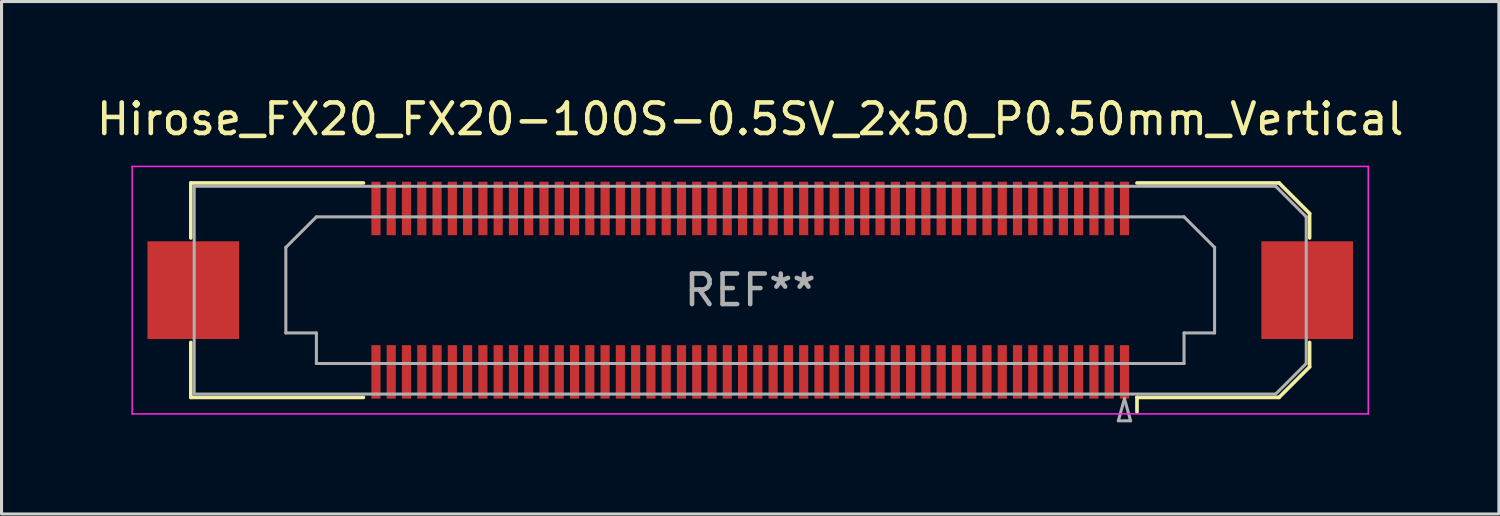
<source format=kicad_pcb>
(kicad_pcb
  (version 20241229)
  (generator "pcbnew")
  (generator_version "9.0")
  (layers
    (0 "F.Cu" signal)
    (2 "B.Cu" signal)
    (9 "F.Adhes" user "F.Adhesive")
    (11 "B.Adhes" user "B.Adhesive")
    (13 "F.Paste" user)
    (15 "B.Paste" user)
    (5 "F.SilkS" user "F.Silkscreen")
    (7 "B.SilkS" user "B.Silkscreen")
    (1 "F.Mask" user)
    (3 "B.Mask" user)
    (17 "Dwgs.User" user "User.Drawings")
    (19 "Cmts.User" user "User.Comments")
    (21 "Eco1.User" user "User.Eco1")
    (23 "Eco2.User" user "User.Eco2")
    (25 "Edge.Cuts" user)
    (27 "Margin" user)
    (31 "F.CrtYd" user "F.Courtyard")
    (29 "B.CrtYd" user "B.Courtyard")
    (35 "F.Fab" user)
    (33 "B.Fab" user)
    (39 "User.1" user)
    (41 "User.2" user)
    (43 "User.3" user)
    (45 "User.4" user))
  (footprint "Hirose_FX20_FX20-100S-0.5SV_2x50_P0.50mm_Vertical"
    (layer "F.Cu")
    (at 21.506 6.448)
    (property "Reference" "Hirose_FX20_FX20-100S-0.5SV_2x50_P0.50mm_Vertical" (at 0 -5.6 0) (layer "F.SilkS") (effects (font (size 1 1) (thickness 0.15))))
    (attr smd)
    (fp_line (start -18.31 -3.51) (end -12.66 -3.51) (stroke (width 0.12) (type solid)) (layer "F.SilkS"))
    (fp_line (start -18.31 -1.71) (end -18.31 -3.51) (stroke (width 0.12) (type solid)) (layer "F.SilkS"))
    (fp_line (start -18.31 3.51) (end -18.31 1.71) (stroke (width 0.12) (type solid)) (layer "F.SilkS"))
    (fp_line (start -12.66 3.51) (end -18.31 3.51) (stroke (width 0.12) (type solid)) (layer "F.SilkS"))
    (fp_line (start 12.66 3.51) (end 17.31 3.51) (stroke (width 0.12) (type solid)) (layer "F.SilkS"))
    (fp_line (start 12.66 3.983) (end 12.66 3.51) (stroke (width 0.12) (type solid)) (layer "F.SilkS"))
    (fp_line (start 17.31 -3.51) (end 12.66 -3.51) (stroke (width 0.12) (type solid)) (layer "F.SilkS"))
    (fp_line (start 17.31 3.51) (end 18.31 2.51) (stroke (width 0.12) (type solid)) (layer "F.SilkS"))
    (fp_line (start 18.31 -2.51) (end 17.31 -3.51) (stroke (width 0.12) (type solid)) (layer "F.SilkS"))
    (fp_line (start 18.31 -1.71) (end 18.31 -2.51) (stroke (width 0.12) (type solid)) (layer "F.SilkS"))
    (fp_line (start 18.31 2.51) (end 18.31 1.71) (stroke (width 0.12) (type solid)) (layer "F.SilkS"))
    (fp_line (start -20.23 -4.05) (end -20.23 4.05) (stroke (width 0.05) (type solid)) (layer "F.CrtYd"))
    (fp_line (start -20.23 4.05) (end 20.23 4.05) (stroke (width 0.05) (type solid)) (layer "F.CrtYd"))
    (fp_line (start 20.23 -4.05) (end -20.23 -4.05) (stroke (width 0.05) (type solid)) (layer "F.CrtYd"))
    (fp_line (start 20.23 4.05) (end 20.23 -4.05) (stroke (width 0.05) (type solid)) (layer "F.CrtYd"))
    (fp_line (start -18.2 -3.4) (end 17.2 -3.4) (stroke (width 0.1) (type solid)) (layer "F.Fab"))
    (fp_line (start -18.2 3.4) (end -18.2 -3.4) (stroke (width 0.1) (type solid)) (layer "F.Fab"))
    (fp_line (start -15.2 -1.4) (end -14.2 -2.4) (stroke (width 0.1) (type solid)) (layer "F.Fab"))
    (fp_line (start -15.2 1.4) (end -15.2 -1.4) (stroke (width 0.1) (type solid)) (layer "F.Fab"))
    (fp_line (start -14.2 -2.4) (end 14.2 -2.4) (stroke (width 0.1) (type solid)) (layer "F.Fab"))
    (fp_line (start -14.2 1.4) (end -15.2 1.4) (stroke (width 0.1) (type solid)) (layer "F.Fab"))
    (fp_line (start -14.2 2.4) (end -14.2 1.4) (stroke (width 0.1) (type solid)) (layer "F.Fab"))
    (fp_line (start 12.05 4.275) (end 12.45 4.275) (stroke (width 0.1) (type solid)) (layer "F.Fab"))
    (fp_line (start 12.25 3.55) (end 12.05 4.275) (stroke (width 0.1) (type solid)) (layer "F.Fab"))
    (fp_line (start 12.45 4.275) (end 12.25 3.55) (stroke (width 0.1) (type solid)) (layer "F.Fab"))
    (fp_line (start 14.2 -2.4) (end 15.2 -1.4) (stroke (width 0.1) (type solid)) (layer "F.Fab"))
    (fp_line (start 14.2 1.4) (end 14.2 2.4) (stroke (width 0.1) (type solid)) (layer "F.Fab"))
    (fp_line (start 14.2 2.4) (end -14.2 2.4) (stroke (width 0.1) (type solid)) (layer "F.Fab"))
    (fp_line (start 15.2 -1.4) (end 15.2 1.4) (stroke (width 0.1) (type solid)) (layer "F.Fab"))
    (fp_line (start 15.2 1.4) (end 14.2 1.4) (stroke (width 0.1) (type solid)) (layer "F.Fab"))
    (fp_line (start 17.2 -3.4) (end 18.2 -2.4) (stroke (width 0.1) (type solid)) (layer "F.Fab"))
    (fp_line (start 17.2 3.4) (end -18.2 3.4) (stroke (width 0.1) (type solid)) (layer "F.Fab"))
    (fp_line (start 18.2 -2.4) (end 18.2 2.4) (stroke (width 0.1) (type solid)) (layer "F.Fab"))
    (fp_line (start 18.2 2.4) (end 17.2 3.4) (stroke (width 0.1) (type solid)) (layer "F.Fab"))
    (fp_text user "REF**" (at 0 0 0) (layer "F.Fab") (effects (font (size 1 1) (thickness 0.15))))
    (pad "" smd rect (at -18.23 0) (size 2.98 3.18) (layers "F.Paste"))
    (pad "" smd rect (at -18.23 0) (size 3 3.2) (layers "F.Cu" "F.Mask"))
    (pad "" smd rect (at -12.25 -2.875) (size 0.28 1.35) (layers "F.Paste"))
    (pad "" smd rect (at -12.25 2.875) (size 0.28 1.35) (layers "F.Paste"))
    (pad "" smd rect (at -11.75 -2.875) (size 0.28 1.35) (layers "F.Paste"))
    (pad "" smd rect (at -11.75 2.875) (size 0.28 1.35) (layers "F.Paste"))
    (pad "" smd rect (at -11.25 -2.875) (size 0.28 1.35) (layers "F.Paste"))
    (pad "" smd rect (at -11.25 2.875) (size 0.28 1.35) (layers "F.Paste"))
    (pad "" smd rect (at -10.75 -2.875) (size 0.28 1.35) (layers "F.Paste"))
    (pad "" smd rect (at -10.75 2.875) (size 0.28 1.35) (layers "F.Paste"))
    (pad "" smd rect (at -10.25 -2.875) (size 0.28 1.35) (layers "F.Paste"))
    (pad "" smd rect (at -10.25 2.875) (size 0.28 1.35) (layers "F.Paste"))
    (pad "" smd rect (at -9.75 -2.875) (size 0.28 1.35) (layers "F.Paste"))
    (pad "" smd rect (at -9.75 2.875) (size 0.28 1.35) (layers "F.Paste"))
    (pad "" smd rect (at -9.25 -2.875) (size 0.28 1.35) (layers "F.Paste"))
    (pad "" smd rect (at -9.25 2.875) (size 0.28 1.35) (layers "F.Paste"))
    (pad "" smd rect (at -8.75 -2.875) (size 0.28 1.35) (layers "F.Paste"))
    (pad "" smd rect (at -8.75 2.875) (size 0.28 1.35) (layers "F.Paste"))
    (pad "" smd rect (at -8.25 -2.875) (size 0.28 1.35) (layers "F.Paste"))
    (pad "" smd rect (at -8.25 2.875) (size 0.28 1.35) (layers "F.Paste"))
    (pad "" smd rect (at -7.75 -2.875) (size 0.28 1.35) (layers "F.Paste"))
    (pad "" smd rect (at -7.75 2.875) (size 0.28 1.35) (layers "F.Paste"))
    (pad "" smd rect (at -7.25 -2.875) (size 0.28 1.35) (layers "F.Paste"))
    (pad "" smd rect (at -7.25 2.875) (size 0.28 1.35) (layers "F.Paste"))
    (pad "" smd rect (at -6.75 -2.875) (size 0.28 1.35) (layers "F.Paste"))
    (pad "" smd rect (at -6.75 2.875) (size 0.28 1.35) (layers "F.Paste"))
    (pad "" smd rect (at -6.25 -2.875) (size 0.28 1.35) (layers "F.Paste"))
    (pad "" smd rect (at -6.25 2.875) (size 0.28 1.35) (layers "F.Paste"))
    (pad "" smd rect (at -5.75 -2.875) (size 0.28 1.35) (layers "F.Paste"))
    (pad "" smd rect (at -5.75 2.875) (size 0.28 1.35) (layers "F.Paste"))
    (pad "" smd rect (at -5.25 -2.875) (size 0.28 1.35) (layers "F.Paste"))
    (pad "" smd rect (at -5.25 2.875) (size 0.28 1.35) (layers "F.Paste"))
    (pad "" smd rect (at -4.75 -2.875) (size 0.28 1.35) (layers "F.Paste"))
    (pad "" smd rect (at -4.75 2.875) (size 0.28 1.35) (layers "F.Paste"))
    (pad "" smd rect (at -4.25 -2.875) (size 0.28 1.35) (layers "F.Paste"))
    (pad "" smd rect (at -4.25 2.875) (size 0.28 1.35) (layers "F.Paste"))
    (pad "" smd rect (at -3.75 -2.875) (size 0.28 1.35) (layers "F.Paste"))
    (pad "" smd rect (at -3.75 2.875) (size 0.28 1.35) (layers "F.Paste"))
    (pad "" smd rect (at -3.25 -2.875) (size 0.28 1.35) (layers "F.Paste"))
    (pad "" smd rect (at -3.25 2.875) (size 0.28 1.35) (layers "F.Paste"))
    (pad "" smd rect (at -2.75 -2.875) (size 0.28 1.35) (layers "F.Paste"))
    (pad "" smd rect (at -2.75 2.875) (size 0.28 1.35) (layers "F.Paste"))
    (pad "" smd rect (at -2.25 -2.875) (size 0.28 1.35) (layers "F.Paste"))
    (pad "" smd rect (at -2.25 2.875) (size 0.28 1.35) (layers "F.Paste"))
    (pad "" smd rect (at -1.75 -2.875) (size 0.28 1.35) (layers "F.Paste"))
    (pad "" smd rect (at -1.75 2.875) (size 0.28 1.35) (layers "F.Paste"))
    (pad "" smd rect (at -1.25 -2.875) (size 0.28 1.35) (layers "F.Paste"))
    (pad "" smd rect (at -1.25 2.875) (size 0.28 1.35) (layers "F.Paste"))
    (pad "" smd rect (at -0.75 -2.875) (size 0.28 1.35) (layers "F.Paste"))
    (pad "" smd rect (at -0.75 2.875) (size 0.28 1.35) (layers "F.Paste"))
    (pad "" smd rect (at -0.25 -2.875) (size 0.28 1.35) (layers "F.Paste"))
    (pad "" smd rect (at -0.25 2.875) (size 0.28 1.35) (layers "F.Paste"))
    (pad "" smd rect (at 0.25 -2.875) (size 0.28 1.35) (layers "F.Paste"))
    (pad "" smd rect (at 0.25 2.875) (size 0.28 1.35) (layers "F.Paste"))
    (pad "" smd rect (at 0.75 -2.875) (size 0.28 1.35) (layers "F.Paste"))
    (pad "" smd rect (at 0.75 2.875) (size 0.28 1.35) (layers "F.Paste"))
    (pad "" smd rect (at 1.25 -2.875) (size 0.28 1.35) (layers "F.Paste"))
    (pad "" smd rect (at 1.25 2.875) (size 0.28 1.35) (layers "F.Paste"))
    (pad "" smd rect (at 1.75 -2.875) (size 0.28 1.35) (layers "F.Paste"))
    (pad "" smd rect (at 1.75 2.875) (size 0.28 1.35) (layers "F.Paste"))
    (pad "" smd rect (at 2.25 -2.875) (size 0.28 1.35) (layers "F.Paste"))
    (pad "" smd rect (at 2.25 2.875) (size 0.28 1.35) (layers "F.Paste"))
    (pad "" smd rect (at 2.75 -2.875) (size 0.28 1.35) (layers "F.Paste"))
    (pad "" smd rect (at 2.75 2.875) (size 0.28 1.35) (layers "F.Paste"))
    (pad "" smd rect (at 3.25 -2.875) (size 0.28 1.35) (layers "F.Paste"))
    (pad "" smd rect (at 3.25 2.875) (size 0.28 1.35) (layers "F.Paste"))
    (pad "" smd rect (at 3.75 -2.875) (size 0.28 1.35) (layers "F.Paste"))
    (pad "" smd rect (at 3.75 2.875) (size 0.28 1.35) (layers "F.Paste"))
    (pad "" smd rect (at 4.25 -2.875) (size 0.28 1.35) (layers "F.Paste"))
    (pad "" smd rect (at 4.25 2.875) (size 0.28 1.35) (layers "F.Paste"))
    (pad "" smd rect (at 4.75 -2.875) (size 0.28 1.35) (layers "F.Paste"))
    (pad "" smd rect (at 4.75 2.875) (size 0.28 1.35) (layers "F.Paste"))
    (pad "" smd rect (at 5.25 -2.875) (size 0.28 1.35) (layers "F.Paste"))
    (pad "" smd rect (at 5.25 2.875) (size 0.28 1.35) (layers "F.Paste"))
    (pad "" smd rect (at 5.75 -2.875) (size 0.28 1.35) (layers "F.Paste"))
    (pad "" smd rect (at 5.75 2.875) (size 0.28 1.35) (layers "F.Paste"))
    (pad "" smd rect (at 6.25 -2.875) (size 0.28 1.35) (layers "F.Paste"))
    (pad "" smd rect (at 6.25 2.875) (size 0.28 1.35) (layers "F.Paste"))
    (pad "" smd rect (at 6.75 -2.875) (size 0.28 1.35) (layers "F.Paste"))
    (pad "" smd rect (at 6.75 2.875) (size 0.28 1.35) (layers "F.Paste"))
    (pad "" smd rect (at 7.25 -2.875) (size 0.28 1.35) (layers "F.Paste"))
    (pad "" smd rect (at 7.25 2.875) (size 0.28 1.35) (layers "F.Paste"))
    (pad "" smd rect (at 7.75 -2.875) (size 0.28 1.35) (layers "F.Paste"))
    (pad "" smd rect (at 7.75 2.875) (size 0.28 1.35) (layers "F.Paste"))
    (pad "" smd rect (at 8.25 -2.875) (size 0.28 1.35) (layers "F.Paste"))
    (pad "" smd rect (at 8.25 2.875) (size 0.28 1.35) (layers "F.Paste"))
    (pad "" smd rect (at 8.75 -2.875) (size 0.28 1.35) (layers "F.Paste"))
    (pad "" smd rect (at 8.75 2.875) (size 0.28 1.35) (layers "F.Paste"))
    (pad "" smd rect (at 9.25 -2.875) (size 0.28 1.35) (layers "F.Paste"))
    (pad "" smd rect (at 9.25 2.875) (size 0.28 1.35) (layers "F.Paste"))
    (pad "" smd rect (at 9.75 -2.875) (size 0.28 1.35) (layers "F.Paste"))
    (pad "" smd rect (at 9.75 2.875) (size 0.28 1.35) (layers "F.Paste"))
    (pad "" smd rect (at 10.25 -2.875) (size 0.28 1.35) (layers "F.Paste"))
    (pad "" smd rect (at 10.25 2.875) (size 0.28 1.35) (layers "F.Paste"))
    (pad "" smd rect (at 10.75 -2.875) (size 0.28 1.35) (layers "F.Paste"))
    (pad "" smd rect (at 10.75 2.875) (size 0.28 1.35) (layers "F.Paste"))
    (pad "" smd rect (at 11.25 -2.875) (size 0.28 1.35) (layers "F.Paste"))
    (pad "" smd rect (at 11.25 2.875) (size 0.28 1.35) (layers "F.Paste"))
    (pad "" smd rect (at 11.75 -2.875) (size 0.28 1.35) (layers "F.Paste"))
    (pad "" smd rect (at 11.75 2.875) (size 0.28 1.35) (layers "F.Paste"))
    (pad "" smd rect (at 12.25 -2.875) (size 0.28 1.35) (layers "F.Paste"))
    (pad "" smd rect (at 12.25 2.875) (size 0.28 1.35) (layers "F.Paste"))
    (pad "" smd rect (at 18.23 0) (size 2.98 3.18) (layers "F.Paste"))
    (pad "" smd rect (at 18.23 0) (size 3 3.2) (layers "F.Cu" "F.Mask"))
    (pad "1" smd rect (at 12.25 2.675) (size 0.3 1.75) (layers "F.Cu" "F.Mask"))
    (pad "2" smd rect (at 12.25 -2.675) (size 0.3 1.75) (layers "F.Cu" "F.Mask"))
    (pad "3" smd rect (at 11.75 2.675) (size 0.3 1.75) (layers "F.Cu" "F.Mask"))
    (pad "4" smd rect (at 11.75 -2.675) (size 0.3 1.75) (layers "F.Cu" "F.Mask"))
    (pad "5" smd rect (at 11.25 2.675) (size 0.3 1.75) (layers "F.Cu" "F.Mask"))
    (pad "6" smd rect (at 11.25 -2.675) (size 0.3 1.75) (layers "F.Cu" "F.Mask"))
    (pad "7" smd rect (at 10.75 2.675) (size 0.3 1.75) (layers "F.Cu" "F.Mask"))
    (pad "8" smd rect (at 10.75 -2.675) (size 0.3 1.75) (layers "F.Cu" "F.Mask"))
    (pad "9" smd rect (at 10.25 2.675) (size 0.3 1.75) (layers "F.Cu" "F.Mask"))
    (pad "10" smd rect (at 10.25 -2.675) (size 0.3 1.75) (layers "F.Cu" "F.Mask"))
    (pad "11" smd rect (at 9.75 2.675) (size 0.3 1.75) (layers "F.Cu" "F.Mask"))
    (pad "12" smd rect (at 9.75 -2.675) (size 0.3 1.75) (layers "F.Cu" "F.Mask"))
    (pad "13" smd rect (at 9.25 2.675) (size 0.3 1.75) (layers "F.Cu" "F.Mask"))
    (pad "14" smd rect (at 9.25 -2.675) (size 0.3 1.75) (layers "F.Cu" "F.Mask"))
    (pad "15" smd rect (at 8.75 2.675) (size 0.3 1.75) (layers "F.Cu" "F.Mask"))
    (pad "16" smd rect (at 8.75 -2.675) (size 0.3 1.75) (layers "F.Cu" "F.Mask"))
    (pad "17" smd rect (at 8.25 2.675) (size 0.3 1.75) (layers "F.Cu" "F.Mask"))
    (pad "18" smd rect (at 8.25 -2.675) (size 0.3 1.75) (layers "F.Cu" "F.Mask"))
    (pad "19" smd rect (at 7.75 2.675) (size 0.3 1.75) (layers "F.Cu" "F.Mask"))
    (pad "20" smd rect (at 7.75 -2.675) (size 0.3 1.75) (layers "F.Cu" "F.Mask"))
    (pad "21" smd rect (at 7.25 2.675) (size 0.3 1.75) (layers "F.Cu" "F.Mask"))
    (pad "22" smd rect (at 7.25 -2.675) (size 0.3 1.75) (layers "F.Cu" "F.Mask"))
    (pad "23" smd rect (at 6.75 2.675) (size 0.3 1.75) (layers "F.Cu" "F.Mask"))
    (pad "24" smd rect (at 6.75 -2.675) (size 0.3 1.75) (layers "F.Cu" "F.Mask"))
    (pad "25" smd rect (at 6.25 2.675) (size 0.3 1.75) (layers "F.Cu" "F.Mask"))
    (pad "26" smd rect (at 6.25 -2.675) (size 0.3 1.75) (layers "F.Cu" "F.Mask"))
    (pad "27" smd rect (at 5.75 2.675) (size 0.3 1.75) (layers "F.Cu" "F.Mask"))
    (pad "28" smd rect (at 5.75 -2.675) (size 0.3 1.75) (layers "F.Cu" "F.Mask"))
    (pad "29" smd rect (at 5.25 2.675) (size 0.3 1.75) (layers "F.Cu" "F.Mask"))
    (pad "30" smd rect (at 5.25 -2.675) (size 0.3 1.75) (layers "F.Cu" "F.Mask"))
    (pad "31" smd rect (at 4.75 2.675) (size 0.3 1.75) (layers "F.Cu" "F.Mask"))
    (pad "32" smd rect (at 4.75 -2.675) (size 0.3 1.75) (layers "F.Cu" "F.Mask"))
    (pad "33" smd rect (at 4.25 2.675) (size 0.3 1.75) (layers "F.Cu" "F.Mask"))
    (pad "34" smd rect (at 4.25 -2.675) (size 0.3 1.75) (layers "F.Cu" "F.Mask"))
    (pad "35" smd rect (at 3.75 2.675) (size 0.3 1.75) (layers "F.Cu" "F.Mask"))
    (pad "36" smd rect (at 3.75 -2.675) (size 0.3 1.75) (layers "F.Cu" "F.Mask"))
    (pad "37" smd rect (at 3.25 2.675) (size 0.3 1.75) (layers "F.Cu" "F.Mask"))
    (pad "38" smd rect (at 3.25 -2.675) (size 0.3 1.75) (layers "F.Cu" "F.Mask"))
    (pad "39" smd rect (at 2.75 2.675) (size 0.3 1.75) (layers "F.Cu" "F.Mask"))
    (pad "40" smd rect (at 2.75 -2.675) (size 0.3 1.75) (layers "F.Cu" "F.Mask"))
    (pad "41" smd rect (at 2.25 2.675) (size 0.3 1.75) (layers "F.Cu" "F.Mask"))
    (pad "42" smd rect (at 2.25 -2.675) (size 0.3 1.75) (layers "F.Cu" "F.Mask"))
    (pad "43" smd rect (at 1.75 2.675) (size 0.3 1.75) (layers "F.Cu" "F.Mask"))
    (pad "44" smd rect (at 1.75 -2.675) (size 0.3 1.75) (layers "F.Cu" "F.Mask"))
    (pad "45" smd rect (at 1.25 2.675) (size 0.3 1.75) (layers "F.Cu" "F.Mask"))
    (pad "46" smd rect (at 1.25 -2.675) (size 0.3 1.75) (layers "F.Cu" "F.Mask"))
    (pad "47" smd rect (at 0.75 2.675) (size 0.3 1.75) (layers "F.Cu" "F.Mask"))
    (pad "48" smd rect (at 0.75 -2.675) (size 0.3 1.75) (layers "F.Cu" "F.Mask"))
    (pad "49" smd rect (at 0.25 2.675) (size 0.3 1.75) (layers "F.Cu" "F.Mask"))
    (pad "50" smd rect (at 0.25 -2.675) (size 0.3 1.75) (layers "F.Cu" "F.Mask"))
    (pad "51" smd rect (at -0.25 2.675) (size 0.3 1.75) (layers "F.Cu" "F.Mask"))
    (pad "52" smd rect (at -0.25 -2.675) (size 0.3 1.75) (layers "F.Cu" "F.Mask"))
    (pad "53" smd rect (at -0.75 2.675) (size 0.3 1.75) (layers "F.Cu" "F.Mask"))
    (pad "54" smd rect (at -0.75 -2.675) (size 0.3 1.75) (layers "F.Cu" "F.Mask"))
    (pad "55" smd rect (at -1.25 2.675) (size 0.3 1.75) (layers "F.Cu" "F.Mask"))
    (pad "56" smd rect (at -1.25 -2.675) (size 0.3 1.75) (layers "F.Cu" "F.Mask"))
    (pad "57" smd rect (at -1.75 2.675) (size 0.3 1.75) (layers "F.Cu" "F.Mask"))
    (pad "58" smd rect (at -1.75 -2.675) (size 0.3 1.75) (layers "F.Cu" "F.Mask"))
    (pad "59" smd rect (at -2.25 2.675) (size 0.3 1.75) (layers "F.Cu" "F.Mask"))
    (pad "60" smd rect (at -2.25 -2.675) (size 0.3 1.75) (layers "F.Cu" "F.Mask"))
    (pad "61" smd rect (at -2.75 2.675) (size 0.3 1.75) (layers "F.Cu" "F.Mask"))
    (pad "62" smd rect (at -2.75 -2.675) (size 0.3 1.75) (layers "F.Cu" "F.Mask"))
    (pad "63" smd rect (at -3.25 2.675) (size 0.3 1.75) (layers "F.Cu" "F.Mask"))
    (pad "64" smd rect (at -3.25 -2.675) (size 0.3 1.75) (layers "F.Cu" "F.Mask"))
    (pad "65" smd rect (at -3.75 2.675) (size 0.3 1.75) (layers "F.Cu" "F.Mask"))
    (pad "66" smd rect (at -3.75 -2.675) (size 0.3 1.75) (layers "F.Cu" "F.Mask"))
    (pad "67" smd rect (at -4.25 2.675) (size 0.3 1.75) (layers "F.Cu" "F.Mask"))
    (pad "68" smd rect (at -4.25 -2.675) (size 0.3 1.75) (layers "F.Cu" "F.Mask"))
    (pad "69" smd rect (at -4.75 2.675) (size 0.3 1.75) (layers "F.Cu" "F.Mask"))
    (pad "70" smd rect (at -4.75 -2.675) (size 0.3 1.75) (layers "F.Cu" "F.Mask"))
    (pad "71" smd rect (at -5.25 2.675) (size 0.3 1.75) (layers "F.Cu" "F.Mask"))
    (pad "72" smd rect (at -5.25 -2.675) (size 0.3 1.75) (layers "F.Cu" "F.Mask"))
    (pad "73" smd rect (at -5.75 2.675) (size 0.3 1.75) (layers "F.Cu" "F.Mask"))
    (pad "74" smd rect (at -5.75 -2.675) (size 0.3 1.75) (layers "F.Cu" "F.Mask"))
    (pad "75" smd rect (at -6.25 2.675) (size 0.3 1.75) (layers "F.Cu" "F.Mask"))
    (pad "76" smd rect (at -6.25 -2.675) (size 0.3 1.75) (layers "F.Cu" "F.Mask"))
    (pad "77" smd rect (at -6.75 2.675) (size 0.3 1.75) (layers "F.Cu" "F.Mask"))
    (pad "78" smd rect (at -6.75 -2.675) (size 0.3 1.75) (layers "F.Cu" "F.Mask"))
    (pad "79" smd rect (at -7.25 2.675) (size 0.3 1.75) (layers "F.Cu" "F.Mask"))
    (pad "80" smd rect (at -7.25 -2.675) (size 0.3 1.75) (layers "F.Cu" "F.Mask"))
    (pad "81" smd rect (at -7.75 2.675) (size 0.3 1.75) (layers "F.Cu" "F.Mask"))
    (pad "82" smd rect (at -7.75 -2.675) (size 0.3 1.75) (layers "F.Cu" "F.Mask"))
    (pad "83" smd rect (at -8.25 2.675) (size 0.3 1.75) (layers "F.Cu" "F.Mask"))
    (pad "84" smd rect (at -8.25 -2.675) (size 0.3 1.75) (layers "F.Cu" "F.Mask"))
    (pad "85" smd rect (at -8.75 2.675) (size 0.3 1.75) (layers "F.Cu" "F.Mask"))
    (pad "86" smd rect (at -8.75 -2.675) (size 0.3 1.75) (layers "F.Cu" "F.Mask"))
    (pad "87" smd rect (at -9.25 2.675) (size 0.3 1.75) (layers "F.Cu" "F.Mask"))
    (pad "88" smd rect (at -9.25 -2.675) (size 0.3 1.75) (layers "F.Cu" "F.Mask"))
    (pad "89" smd rect (at -9.75 2.675) (size 0.3 1.75) (layers "F.Cu" "F.Mask"))
    (pad "90" smd rect (at -9.75 -2.675) (size 0.3 1.75) (layers "F.Cu" "F.Mask"))
    (pad "91" smd rect (at -10.25 2.675) (size 0.3 1.75) (layers "F.Cu" "F.Mask"))
    (pad "92" smd rect (at -10.25 -2.675) (size 0.3 1.75) (layers "F.Cu" "F.Mask"))
    (pad "93" smd rect (at -10.75 2.675) (size 0.3 1.75) (layers "F.Cu" "F.Mask"))
    (pad "94" smd rect (at -10.75 -2.675) (size 0.3 1.75) (layers "F.Cu" "F.Mask"))
    (pad "95" smd rect (at -11.25 2.675) (size 0.3 1.75) (layers "F.Cu" "F.Mask"))
    (pad "96" smd rect (at -11.25 -2.675) (size 0.3 1.75) (layers "F.Cu" "F.Mask"))
    (pad "97" smd rect (at -11.75 2.675) (size 0.3 1.75) (layers "F.Cu" "F.Mask"))
    (pad "98" smd rect (at -11.75 -2.675) (size 0.3 1.75) (layers "F.Cu" "F.Mask"))
    (pad "99" smd rect (at -12.25 2.675) (size 0.3 1.75) (layers "F.Cu" "F.Mask"))
    (pad "100" smd rect (at -12.25 -2.675) (size 0.3 1.75) (layers "F.Cu" "F.Mask")))
  (gr_rect
    (start -3 -3)
    (end 46.012 13.773)
    (stroke (width 0.1) (type default))
    (fill no)
    (layer "Edge.Cuts")))
</source>
